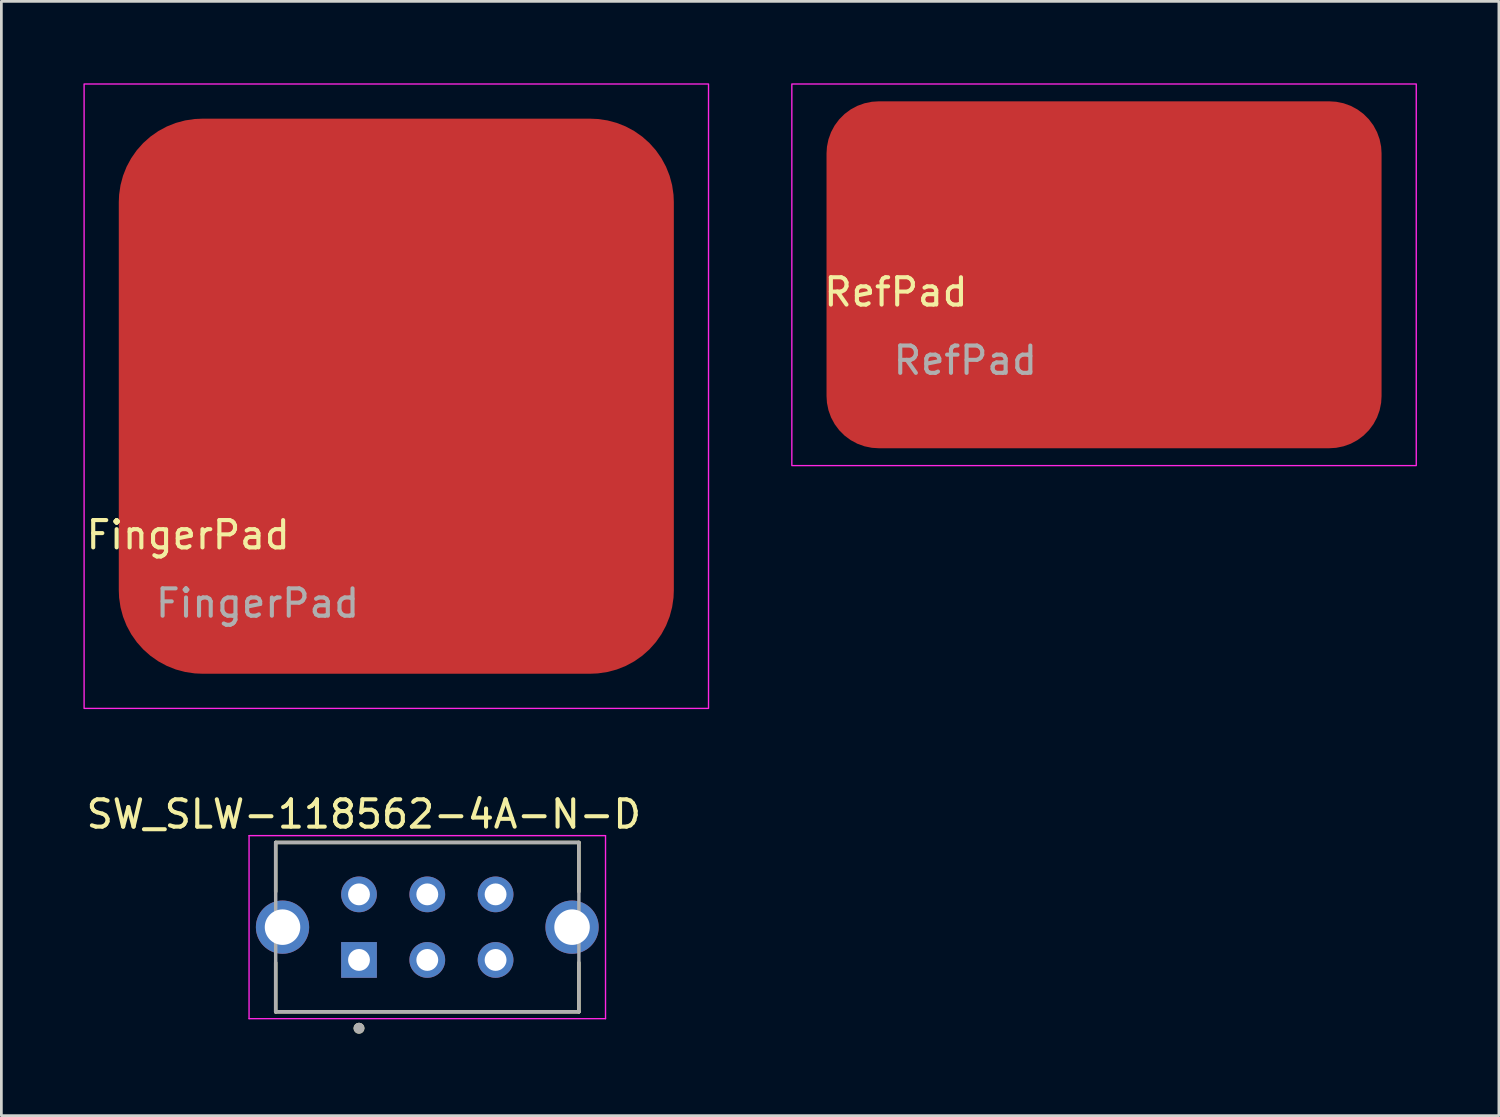
<source format=kicad_pcb>
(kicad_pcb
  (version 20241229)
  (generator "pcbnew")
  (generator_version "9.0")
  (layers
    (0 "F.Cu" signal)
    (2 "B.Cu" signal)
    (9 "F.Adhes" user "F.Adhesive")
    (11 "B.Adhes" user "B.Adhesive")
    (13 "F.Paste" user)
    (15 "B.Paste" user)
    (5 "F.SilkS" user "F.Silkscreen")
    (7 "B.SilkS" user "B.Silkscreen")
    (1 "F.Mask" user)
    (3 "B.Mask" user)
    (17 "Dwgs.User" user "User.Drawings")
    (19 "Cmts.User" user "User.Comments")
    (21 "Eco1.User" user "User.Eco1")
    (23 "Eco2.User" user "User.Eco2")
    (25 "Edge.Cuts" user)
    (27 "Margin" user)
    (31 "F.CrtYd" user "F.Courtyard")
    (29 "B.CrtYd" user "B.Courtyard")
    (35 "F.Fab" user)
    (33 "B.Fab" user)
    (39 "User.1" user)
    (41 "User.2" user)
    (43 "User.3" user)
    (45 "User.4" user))
  (footprint "FingerPad"
    (layer "F.Cu")
    (at 11.459 11.455)
    (property "Reference" "FingerPad" (at -7.62 5.08 0) (unlocked yes) (layer "F.SilkS") (effects (font (size 1 1) (thickness 0.15))))
    (attr through_hole)
    (fp_rect (start -11.43 -11.43) (end 11.43 11.43) (stroke (width 0.05) (type default)) (fill no) (layer "F.CrtYd"))
    (fp_text user "${REFERENCE}" (at -5.08 7.58 0) (unlocked yes) (layer "F.Fab") (effects (font (size 1 1) (thickness 0.15))))
    (pad "1" smd roundrect (at 0 0) (size 20.32 20.32) (layers "F.Cu" "F.Mask" "F.Paste") (roundrect_rratio 0.15)))
  (footprint "RefPad"
    (layer "F.Cu")
    (at 37.369 2.565)
    (property "Reference" "RefPad" (at -7.62 5.08 0) (unlocked yes) (layer "F.SilkS") (effects (font (size 1 1) (thickness 0.15))))
    (attr through_hole)
    (fp_rect (start -11.43 -2.54) (end 11.43 11.43) (stroke (width 0.05) (type default)) (fill no) (layer "F.CrtYd"))
    (fp_text user "${REFERENCE}" (at -5.08 7.58 0) (unlocked yes) (layer "F.Fab") (effects (font (size 1 1) (thickness 0.15))))
    (pad "1" smd roundrect (at 0 4.445) (size 20.32 12.7) (layers "F.Cu" "F.Mask" "F.Paste") (roundrect_rratio 0.15)))
  (footprint "SW_SLW-118562-4A-N-D"
    (layer "F.Cu")
    (at 12.593 30.893)
    (property "Reference" "SW_SLW-118562-4A-N-D" (at -2.325 -4.135 0) (layer "F.SilkS") (effects (font (size 1 1) (thickness 0.15))))
    (attr through_hole)
    (fp_line (start -5.55 -3.1) (end 5.55 -3.1) (stroke (width 0.127) (type solid)) (layer "F.SilkS"))
    (fp_line (start -5.55 -1.3) (end -5.55 -3.1) (stroke (width 0.127) (type solid)) (layer "F.SilkS"))
    (fp_line (start -5.55 3.1) (end -5.55 1.3) (stroke (width 0.127) (type solid)) (layer "F.SilkS"))
    (fp_line (start 5.55 -3.1) (end 5.55 -1.3) (stroke (width 0.127) (type solid)) (layer "F.SilkS"))
    (fp_line (start 5.55 3.1) (end -5.55 3.1) (stroke (width 0.127) (type solid)) (layer "F.SilkS"))
    (fp_line (start 5.55 3.1) (end 5.55 1.3) (stroke (width 0.127) (type solid)) (layer "F.SilkS"))
    (fp_circle (center -2.5 3.7) (end -2.4 3.7) (stroke (width 0.2) (type solid)) (fill no) (layer "F.SilkS"))
    (fp_line (start -6.525 -3.35) (end -6.525 3.35) (stroke (width 0.05) (type solid)) (layer "F.CrtYd"))
    (fp_line (start -6.525 3.35) (end 6.525 3.35) (stroke (width 0.05) (type solid)) (layer "F.CrtYd"))
    (fp_line (start 6.525 -3.35) (end -6.525 -3.35) (stroke (width 0.05) (type solid)) (layer "F.CrtYd"))
    (fp_line (start 6.525 3.35) (end 6.525 -3.35) (stroke (width 0.05) (type solid)) (layer "F.CrtYd"))
    (fp_line (start -5.55 -3.1) (end 5.55 -3.1) (stroke (width 0.127) (type solid)) (layer "F.Fab"))
    (fp_line (start -5.55 3.1) (end -5.55 -3.1) (stroke (width 0.127) (type solid)) (layer "F.Fab"))
    (fp_line (start 5.55 -3.1) (end 5.55 3.1) (stroke (width 0.127) (type solid)) (layer "F.Fab"))
    (fp_line (start 5.55 3.1) (end -5.55 3.1) (stroke (width 0.127) (type solid)) (layer "F.Fab"))
    (fp_circle (center -2.5 3.7) (end -2.4 3.7) (stroke (width 0.2) (type solid)) (fill no) (layer "F.Fab"))
    (pad "1" thru_hole rect (at -2.5 1.2) (size 1.308 1.308) (drill 0.8) (layers "*.Cu" "*.Mask"))
    (pad "2" thru_hole circle (at 0 1.2) (size 1.308 1.308) (drill 0.8) (layers "*.Cu" "*.Mask"))
    (pad "3" thru_hole circle (at 2.5 1.2) (size 1.308 1.308) (drill 0.8) (layers "*.Cu" "*.Mask"))
    (pad "4" thru_hole circle (at -2.5 -1.2) (size 1.308 1.308) (drill 0.8) (layers "*.Cu" "*.Mask"))
    (pad "5" thru_hole circle (at 0 -1.2) (size 1.308 1.308) (drill 0.8) (layers "*.Cu" "*.Mask"))
    (pad "6" thru_hole circle (at 2.5 -1.2) (size 1.308 1.308) (drill 0.8) (layers "*.Cu" "*.Mask"))
    (pad "SH1" thru_hole circle (at -5.3 0) (size 1.95 1.95) (drill 1.3) (layers "*.Cu" "*.Mask"))
    (pad "SH2" thru_hole circle (at 5.3 0) (size 1.95 1.95) (drill 1.3) (layers "*.Cu" "*.Mask")))
  (gr_rect
    (start -3 -3)
    (end 51.824 37.793)
    (stroke (width 0.1) (type default))
    (fill no)
    (layer "Edge.Cuts")))
</source>
